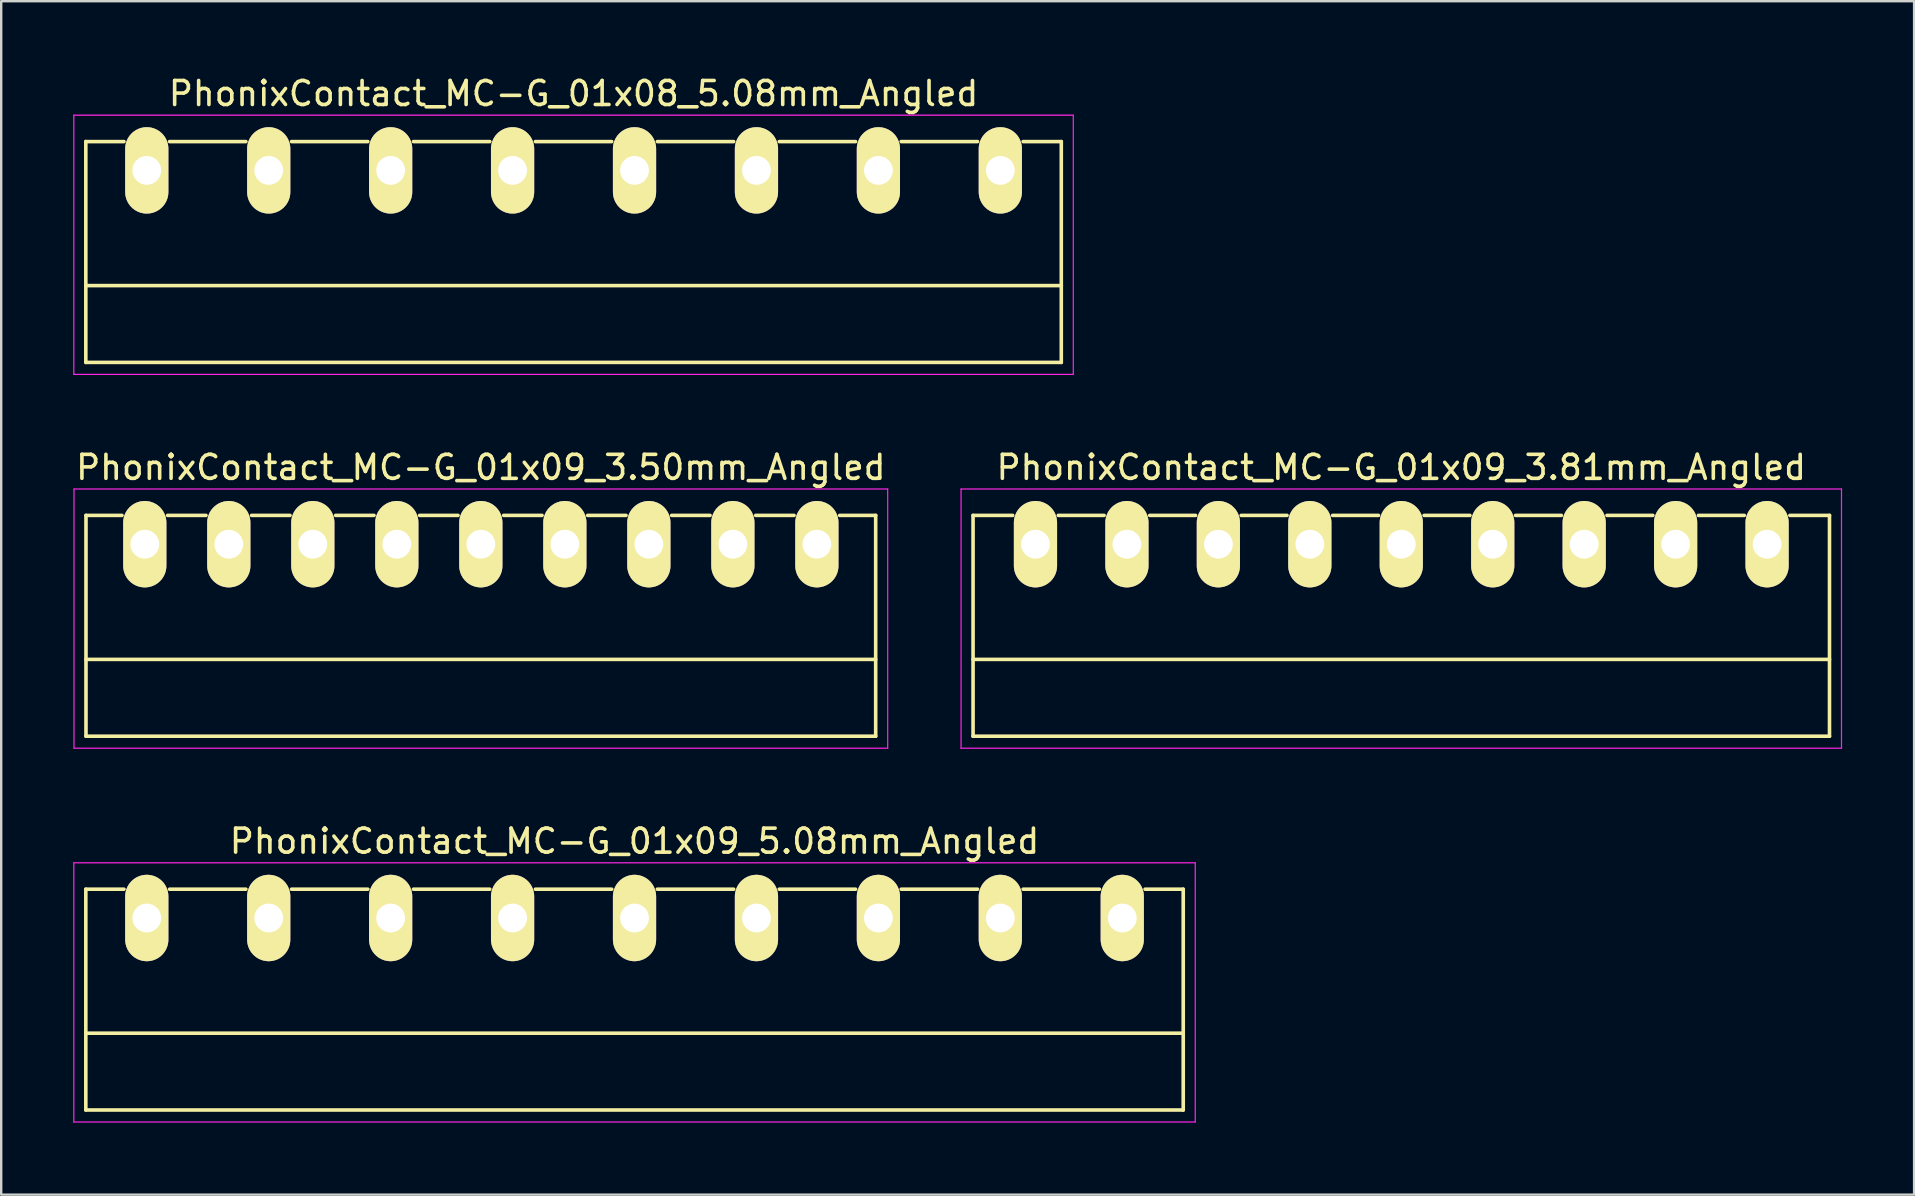
<source format=kicad_pcb>
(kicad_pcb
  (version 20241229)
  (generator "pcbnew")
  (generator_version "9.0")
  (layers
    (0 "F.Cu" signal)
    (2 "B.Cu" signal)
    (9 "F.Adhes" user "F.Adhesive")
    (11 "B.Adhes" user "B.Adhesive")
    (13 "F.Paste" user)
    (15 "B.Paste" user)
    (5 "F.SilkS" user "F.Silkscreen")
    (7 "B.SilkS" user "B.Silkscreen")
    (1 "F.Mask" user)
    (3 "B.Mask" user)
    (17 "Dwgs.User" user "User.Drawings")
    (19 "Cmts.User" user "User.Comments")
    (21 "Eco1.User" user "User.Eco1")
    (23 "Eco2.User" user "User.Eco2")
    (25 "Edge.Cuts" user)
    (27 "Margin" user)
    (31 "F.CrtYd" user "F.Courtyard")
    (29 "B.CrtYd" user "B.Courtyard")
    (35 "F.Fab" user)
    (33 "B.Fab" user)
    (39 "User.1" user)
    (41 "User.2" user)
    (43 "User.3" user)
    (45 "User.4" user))
  (footprint "PhonixContact_MC-G_01x09_3.50mm_Angled"
    (layer "F.Cu")
    (at 2.982 19.622)
    (property "Reference" "PhonixContact_MC-G_01x09_3.50mm_Angled" (at 14 -3.2 0) (layer "F.SilkS") (effects (font (size 1 1) (thickness 0.15))))
    (attr through_hole)
    (fp_line (start -2.45 -1.2) (end -2.45 8) (stroke (width 0.15) (type solid)) (layer "F.SilkS"))
    (fp_line (start -2.45 -1.2) (end -0.95 -1.2) (stroke (width 0.15) (type solid)) (layer "F.SilkS"))
    (fp_line (start -2.45 4.8) (end 30.45 4.8) (stroke (width 0.15) (type solid)) (layer "F.SilkS"))
    (fp_line (start -2.45 8) (end 30.45 8) (stroke (width 0.15) (type solid)) (layer "F.SilkS"))
    (fp_line (start 0.95 -1.2) (end 2.55 -1.2) (stroke (width 0.15) (type solid)) (layer "F.SilkS"))
    (fp_line (start 4.45 -1.2) (end 6.05 -1.2) (stroke (width 0.15) (type solid)) (layer "F.SilkS"))
    (fp_line (start 7.95 -1.2) (end 9.55 -1.2) (stroke (width 0.15) (type solid)) (layer "F.SilkS"))
    (fp_line (start 11.45 -1.2) (end 13.05 -1.2) (stroke (width 0.15) (type solid)) (layer "F.SilkS"))
    (fp_line (start 14.95 -1.2) (end 16.55 -1.2) (stroke (width 0.15) (type solid)) (layer "F.SilkS"))
    (fp_line (start 18.45 -1.2) (end 20.05 -1.2) (stroke (width 0.15) (type solid)) (layer "F.SilkS"))
    (fp_line (start 21.95 -1.2) (end 23.55 -1.2) (stroke (width 0.15) (type solid)) (layer "F.SilkS"))
    (fp_line (start 25.45 -1.2) (end 27.05 -1.2) (stroke (width 0.15) (type solid)) (layer "F.SilkS"))
    (fp_line (start 30.45 -1.2) (end 28.95 -1.2) (stroke (width 0.15) (type solid)) (layer "F.SilkS"))
    (fp_line (start 30.45 8) (end 30.45 -1.2) (stroke (width 0.15) (type solid)) (layer "F.SilkS"))
    (fp_line (start -2.95 -2.3) (end -2.95 8.5) (stroke (width 0.05) (type solid)) (layer "F.CrtYd"))
    (fp_line (start -2.95 8.5) (end 30.95 8.5) (stroke (width 0.05) (type solid)) (layer "F.CrtYd"))
    (fp_line (start 30.95 -2.3) (end -2.95 -2.3) (stroke (width 0.05) (type solid)) (layer "F.CrtYd"))
    (fp_line (start 30.95 8.5) (end 30.95 -2.3) (stroke (width 0.05) (type solid)) (layer "F.CrtYd"))
    (pad "1" thru_hole oval (at 0 0) (size 1.8 3.6) (drill 1.2) (layers "*.Cu" "*.Mask" "F.SilkS"))
    (pad "2" thru_hole oval (at 3.5 0) (size 1.8 3.6) (drill 1.2) (layers "*.Cu" "*.Mask" "F.SilkS"))
    (pad "3" thru_hole oval (at 7 0) (size 1.8 3.6) (drill 1.2) (layers "*.Cu" "*.Mask" "F.SilkS"))
    (pad "4" thru_hole oval (at 10.5 0) (size 1.8 3.6) (drill 1.2) (layers "*.Cu" "*.Mask" "F.SilkS"))
    (pad "5" thru_hole oval (at 14 0) (size 1.8 3.6) (drill 1.2) (layers "*.Cu" "*.Mask" "F.SilkS"))
    (pad "6" thru_hole oval (at 17.5 0) (size 1.8 3.6) (drill 1.2) (layers "*.Cu" "*.Mask" "F.SilkS"))
    (pad "7" thru_hole oval (at 21 0) (size 1.8 3.6) (drill 1.2) (layers "*.Cu" "*.Mask" "F.SilkS"))
    (pad "8" thru_hole oval (at 24.5 0) (size 1.8 3.6) (drill 1.2) (layers "*.Cu" "*.Mask" "F.SilkS"))
    (pad "9" thru_hole oval (at 28 0) (size 1.8 3.6) (drill 1.2) (layers "*.Cu" "*.Mask" "F.SilkS")))
  (footprint "PhonixContact_MC-G_01x09_5.08mm_Angled"
    (layer "F.Cu")
    (at 3.065 35.195)
    (property "Reference" "PhonixContact_MC-G_01x09_5.08mm_Angled" (at 20.32 -3.2 0) (layer "F.SilkS") (effects (font (size 1 1) (thickness 0.15))))
    (attr through_hole)
    (fp_line (start -2.54 -1.2) (end -2.54 8) (stroke (width 0.15) (type solid)) (layer "F.SilkS"))
    (fp_line (start -2.54 -1.2) (end -0.95 -1.2) (stroke (width 0.15) (type solid)) (layer "F.SilkS"))
    (fp_line (start -2.54 4.8) (end 43.18 4.8) (stroke (width 0.15) (type solid)) (layer "F.SilkS"))
    (fp_line (start -2.54 8) (end 43.18 8) (stroke (width 0.15) (type solid)) (layer "F.SilkS"))
    (fp_line (start 0.95 -1.2) (end 4.13 -1.2) (stroke (width 0.15) (type solid)) (layer "F.SilkS"))
    (fp_line (start 6.03 -1.2) (end 9.21 -1.2) (stroke (width 0.15) (type solid)) (layer "F.SilkS"))
    (fp_line (start 11.11 -1.2) (end 14.29 -1.2) (stroke (width 0.15) (type solid)) (layer "F.SilkS"))
    (fp_line (start 16.19 -1.2) (end 19.37 -1.2) (stroke (width 0.15) (type solid)) (layer "F.SilkS"))
    (fp_line (start 21.27 -1.2) (end 24.45 -1.2) (stroke (width 0.15) (type solid)) (layer "F.SilkS"))
    (fp_line (start 26.35 -1.2) (end 29.53 -1.2) (stroke (width 0.15) (type solid)) (layer "F.SilkS"))
    (fp_line (start 31.43 -1.2) (end 34.61 -1.2) (stroke (width 0.15) (type solid)) (layer "F.SilkS"))
    (fp_line (start 36.51 -1.2) (end 39.69 -1.2) (stroke (width 0.15) (type solid)) (layer "F.SilkS"))
    (fp_line (start 43.18 -1.2) (end 41.59 -1.2) (stroke (width 0.15) (type solid)) (layer "F.SilkS"))
    (fp_line (start 43.18 8) (end 43.18 -1.2) (stroke (width 0.15) (type solid)) (layer "F.SilkS"))
    (fp_line (start -3.04 -2.3) (end -3.04 8.5) (stroke (width 0.05) (type solid)) (layer "F.CrtYd"))
    (fp_line (start -3.04 8.5) (end 43.68 8.5) (stroke (width 0.05) (type solid)) (layer "F.CrtYd"))
    (fp_line (start 43.68 -2.3) (end -3.04 -2.3) (stroke (width 0.05) (type solid)) (layer "F.CrtYd"))
    (fp_line (start 43.68 8.5) (end 43.68 -2.3) (stroke (width 0.05) (type solid)) (layer "F.CrtYd"))
    (pad "1" thru_hole oval (at 0 0) (size 1.8 3.6) (drill 1.2) (layers "*.Cu" "*.Mask" "F.SilkS"))
    (pad "2" thru_hole oval (at 5.08 0) (size 1.8 3.6) (drill 1.2) (layers "*.Cu" "*.Mask" "F.SilkS"))
    (pad "3" thru_hole oval (at 10.16 0) (size 1.8 3.6) (drill 1.2) (layers "*.Cu" "*.Mask" "F.SilkS"))
    (pad "4" thru_hole oval (at 15.24 0) (size 1.8 3.6) (drill 1.2) (layers "*.Cu" "*.Mask" "F.SilkS"))
    (pad "5" thru_hole oval (at 20.32 0) (size 1.8 3.6) (drill 1.2) (layers "*.Cu" "*.Mask" "F.SilkS"))
    (pad "6" thru_hole oval (at 25.4 0) (size 1.8 3.6) (drill 1.2) (layers "*.Cu" "*.Mask" "F.SilkS"))
    (pad "7" thru_hole oval (at 30.48 0) (size 1.8 3.6) (drill 1.2) (layers "*.Cu" "*.Mask" "F.SilkS"))
    (pad "8" thru_hole oval (at 35.56 0) (size 1.8 3.6) (drill 1.2) (layers "*.Cu" "*.Mask" "F.SilkS"))
    (pad "9" thru_hole oval (at 40.64 0) (size 1.8 3.6) (drill 1.2) (layers "*.Cu" "*.Mask" "F.SilkS")))
  (footprint "PhonixContact_MC-G_01x08_5.08mm_Angled"
    (layer "F.Cu")
    (at 3.065 4.048)
    (property "Reference" "PhonixContact_MC-G_01x08_5.08mm_Angled" (at 17.78 -3.2 0) (layer "F.SilkS") (effects (font (size 1 1) (thickness 0.15))))
    (attr through_hole)
    (fp_line (start -2.54 -1.2) (end -2.54 8) (stroke (width 0.15) (type solid)) (layer "F.SilkS"))
    (fp_line (start -2.54 -1.2) (end -0.95 -1.2) (stroke (width 0.15) (type solid)) (layer "F.SilkS"))
    (fp_line (start -2.54 4.8) (end 38.1 4.8) (stroke (width 0.15) (type solid)) (layer "F.SilkS"))
    (fp_line (start -2.54 8) (end 38.1 8) (stroke (width 0.15) (type solid)) (layer "F.SilkS"))
    (fp_line (start 0.95 -1.2) (end 4.13 -1.2) (stroke (width 0.15) (type solid)) (layer "F.SilkS"))
    (fp_line (start 6.03 -1.2) (end 9.21 -1.2) (stroke (width 0.15) (type solid)) (layer "F.SilkS"))
    (fp_line (start 11.11 -1.2) (end 14.29 -1.2) (stroke (width 0.15) (type solid)) (layer "F.SilkS"))
    (fp_line (start 16.19 -1.2) (end 19.37 -1.2) (stroke (width 0.15) (type solid)) (layer "F.SilkS"))
    (fp_line (start 21.27 -1.2) (end 24.45 -1.2) (stroke (width 0.15) (type solid)) (layer "F.SilkS"))
    (fp_line (start 26.35 -1.2) (end 29.53 -1.2) (stroke (width 0.15) (type solid)) (layer "F.SilkS"))
    (fp_line (start 31.43 -1.2) (end 34.61 -1.2) (stroke (width 0.15) (type solid)) (layer "F.SilkS"))
    (fp_line (start 38.1 -1.2) (end 36.51 -1.2) (stroke (width 0.15) (type solid)) (layer "F.SilkS"))
    (fp_line (start 38.1 8) (end 38.1 -1.2) (stroke (width 0.15) (type solid)) (layer "F.SilkS"))
    (fp_line (start -3.04 -2.3) (end -3.04 8.5) (stroke (width 0.05) (type solid)) (layer "F.CrtYd"))
    (fp_line (start -3.04 8.5) (end 38.6 8.5) (stroke (width 0.05) (type solid)) (layer "F.CrtYd"))
    (fp_line (start 38.6 -2.3) (end -3.04 -2.3) (stroke (width 0.05) (type solid)) (layer "F.CrtYd"))
    (fp_line (start 38.6 8.5) (end 38.6 -2.3) (stroke (width 0.05) (type solid)) (layer "F.CrtYd"))
    (pad "1" thru_hole oval (at 0 0) (size 1.8 3.6) (drill 1.2) (layers "*.Cu" "*.Mask" "F.SilkS"))
    (pad "2" thru_hole oval (at 5.08 0) (size 1.8 3.6) (drill 1.2) (layers "*.Cu" "*.Mask" "F.SilkS"))
    (pad "3" thru_hole oval (at 10.16 0) (size 1.8 3.6) (drill 1.2) (layers "*.Cu" "*.Mask" "F.SilkS"))
    (pad "4" thru_hole oval (at 15.24 0) (size 1.8 3.6) (drill 1.2) (layers "*.Cu" "*.Mask" "F.SilkS"))
    (pad "5" thru_hole oval (at 20.32 0) (size 1.8 3.6) (drill 1.2) (layers "*.Cu" "*.Mask" "F.SilkS"))
    (pad "6" thru_hole oval (at 25.4 0) (size 1.8 3.6) (drill 1.2) (layers "*.Cu" "*.Mask" "F.SilkS"))
    (pad "7" thru_hole oval (at 30.48 0) (size 1.8 3.6) (drill 1.2) (layers "*.Cu" "*.Mask" "F.SilkS"))
    (pad "8" thru_hole oval (at 35.56 0) (size 1.8 3.6) (drill 1.2) (layers "*.Cu" "*.Mask" "F.SilkS")))
  (footprint "PhonixContact_MC-G_01x09_3.81mm_Angled"
    (layer "F.Cu")
    (at 40.089 19.622)
    (property "Reference" "PhonixContact_MC-G_01x09_3.81mm_Angled" (at 15.24 -3.2 0) (layer "F.SilkS") (effects (font (size 1 1) (thickness 0.15))))
    (attr through_hole)
    (fp_line (start -2.6 -1.2) (end -2.6 8) (stroke (width 0.15) (type solid)) (layer "F.SilkS"))
    (fp_line (start -2.6 -1.2) (end -0.95 -1.2) (stroke (width 0.15) (type solid)) (layer "F.SilkS"))
    (fp_line (start -2.6 4.8) (end 33.08 4.8) (stroke (width 0.15) (type solid)) (layer "F.SilkS"))
    (fp_line (start -2.6 8) (end 33.08 8) (stroke (width 0.15) (type solid)) (layer "F.SilkS"))
    (fp_line (start 0.95 -1.2) (end 2.86 -1.2) (stroke (width 0.15) (type solid)) (layer "F.SilkS"))
    (fp_line (start 4.76 -1.2) (end 6.67 -1.2) (stroke (width 0.15) (type solid)) (layer "F.SilkS"))
    (fp_line (start 8.57 -1.2) (end 10.48 -1.2) (stroke (width 0.15) (type solid)) (layer "F.SilkS"))
    (fp_line (start 12.38 -1.2) (end 14.29 -1.2) (stroke (width 0.15) (type solid)) (layer "F.SilkS"))
    (fp_line (start 16.19 -1.2) (end 18.1 -1.2) (stroke (width 0.15) (type solid)) (layer "F.SilkS"))
    (fp_line (start 20 -1.2) (end 21.91 -1.2) (stroke (width 0.15) (type solid)) (layer "F.SilkS"))
    (fp_line (start 23.81 -1.2) (end 25.72 -1.2) (stroke (width 0.15) (type solid)) (layer "F.SilkS"))
    (fp_line (start 27.62 -1.2) (end 29.53 -1.2) (stroke (width 0.15) (type solid)) (layer "F.SilkS"))
    (fp_line (start 33.08 -1.2) (end 31.43 -1.2) (stroke (width 0.15) (type solid)) (layer "F.SilkS"))
    (fp_line (start 33.08 8) (end 33.08 -1.2) (stroke (width 0.15) (type solid)) (layer "F.SilkS"))
    (fp_line (start -3.1 -2.3) (end -3.1 8.5) (stroke (width 0.05) (type solid)) (layer "F.CrtYd"))
    (fp_line (start -3.1 8.5) (end 33.58 8.5) (stroke (width 0.05) (type solid)) (layer "F.CrtYd"))
    (fp_line (start 33.58 -2.3) (end -3.1 -2.3) (stroke (width 0.05) (type solid)) (layer "F.CrtYd"))
    (fp_line (start 33.58 8.5) (end 33.58 -2.3) (stroke (width 0.05) (type solid)) (layer "F.CrtYd"))
    (pad "1" thru_hole oval (at 0 0) (size 1.8 3.6) (drill 1.2) (layers "*.Cu" "*.Mask" "F.SilkS"))
    (pad "2" thru_hole oval (at 3.81 0) (size 1.8 3.6) (drill 1.2) (layers "*.Cu" "*.Mask" "F.SilkS"))
    (pad "3" thru_hole oval (at 7.62 0) (size 1.8 3.6) (drill 1.2) (layers "*.Cu" "*.Mask" "F.SilkS"))
    (pad "4" thru_hole oval (at 11.43 0) (size 1.8 3.6) (drill 1.2) (layers "*.Cu" "*.Mask" "F.SilkS"))
    (pad "5" thru_hole oval (at 15.24 0) (size 1.8 3.6) (drill 1.2) (layers "*.Cu" "*.Mask" "F.SilkS"))
    (pad "6" thru_hole oval (at 19.05 0) (size 1.8 3.6) (drill 1.2) (layers "*.Cu" "*.Mask" "F.SilkS"))
    (pad "7" thru_hole oval (at 22.86 0) (size 1.8 3.6) (drill 1.2) (layers "*.Cu" "*.Mask" "F.SilkS"))
    (pad "8" thru_hole oval (at 26.67 0) (size 1.8 3.6) (drill 1.2) (layers "*.Cu" "*.Mask" "F.SilkS"))
    (pad "9" thru_hole oval (at 30.48 0) (size 1.8 3.6) (drill 1.2) (layers "*.Cu" "*.Mask" "F.SilkS")))
  (gr_rect
    (start -3 -3)
    (end 76.694 46.72)
    (stroke (width 0.1) (type default))
    (fill no)
    (layer "Edge.Cuts")))
</source>
